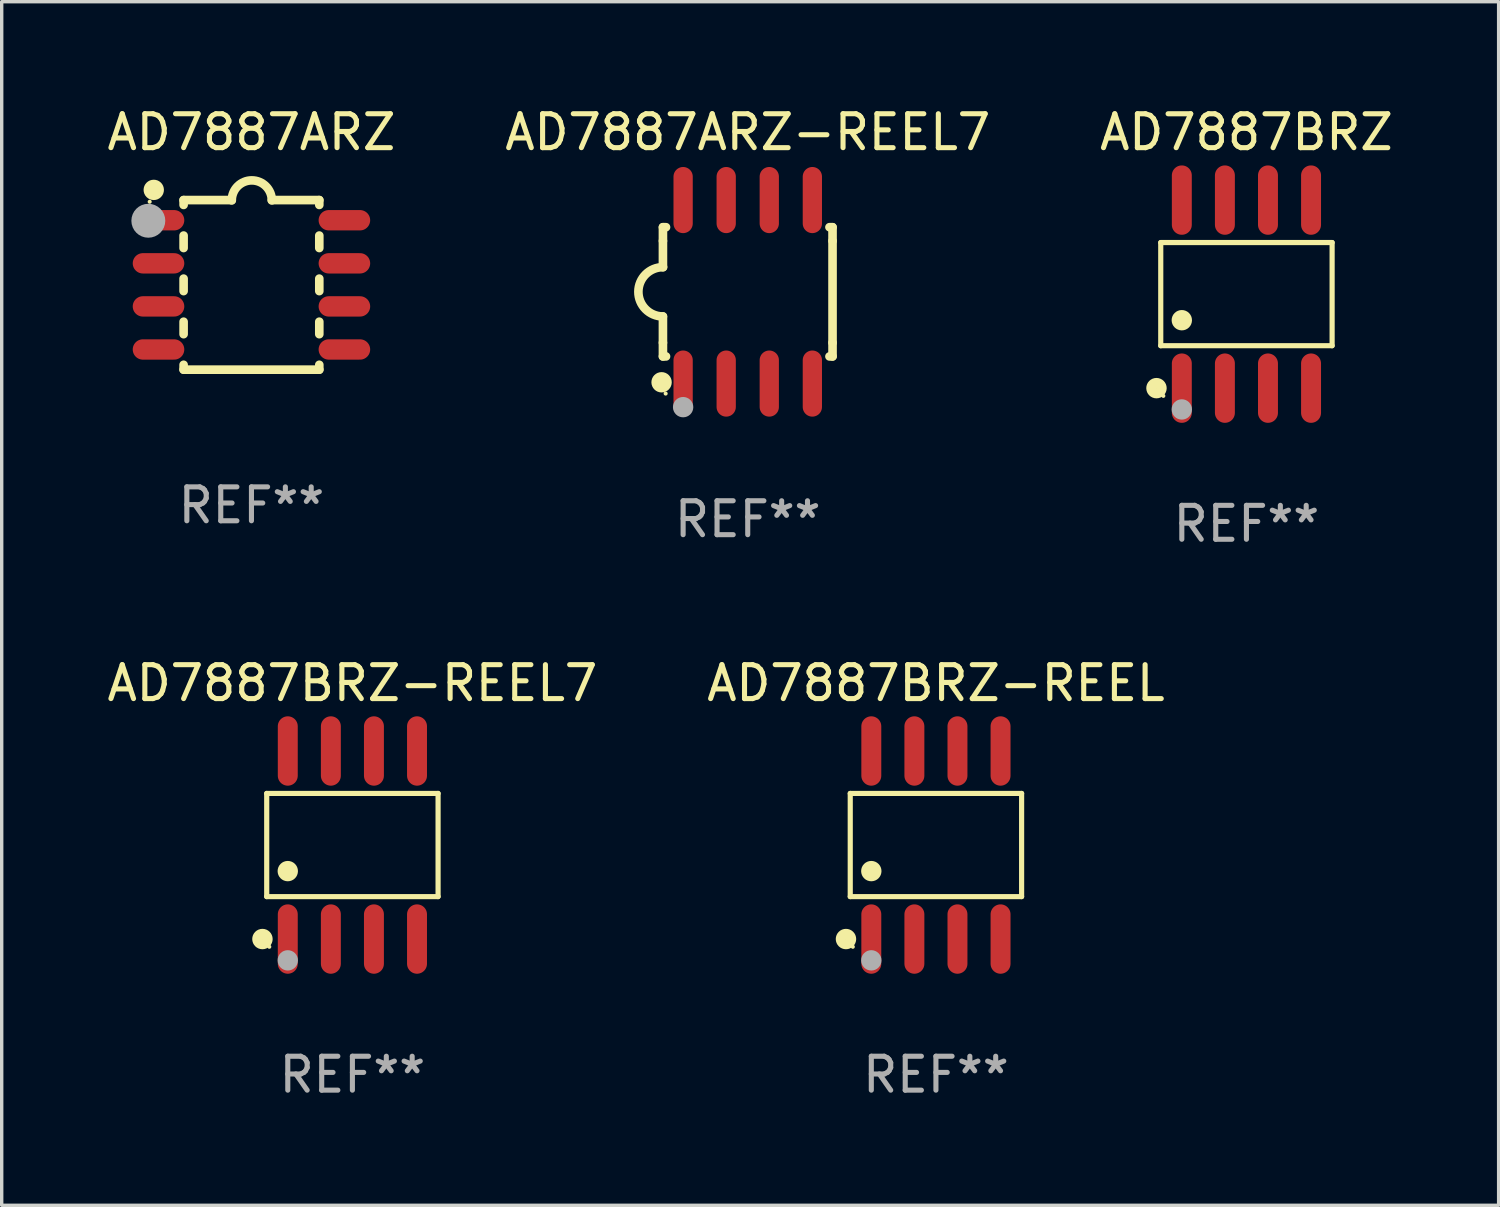
<source format=kicad_pcb>
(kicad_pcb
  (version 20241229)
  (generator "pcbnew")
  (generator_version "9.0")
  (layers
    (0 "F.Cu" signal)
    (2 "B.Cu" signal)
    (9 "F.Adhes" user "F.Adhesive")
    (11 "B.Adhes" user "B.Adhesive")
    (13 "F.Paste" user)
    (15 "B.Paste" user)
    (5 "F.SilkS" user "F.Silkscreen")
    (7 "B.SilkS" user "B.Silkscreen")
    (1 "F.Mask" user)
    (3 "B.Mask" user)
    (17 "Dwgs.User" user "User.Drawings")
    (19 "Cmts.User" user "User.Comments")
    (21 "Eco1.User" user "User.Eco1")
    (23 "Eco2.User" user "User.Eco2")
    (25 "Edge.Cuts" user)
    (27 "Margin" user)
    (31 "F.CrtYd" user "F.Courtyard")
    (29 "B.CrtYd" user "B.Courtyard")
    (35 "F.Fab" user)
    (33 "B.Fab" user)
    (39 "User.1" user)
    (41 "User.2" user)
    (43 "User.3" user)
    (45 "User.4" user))
  (footprint "AD7887BRZ-REEL"
    (layer "F.Cu")
    (at 24.542 21.862)
    (property "Reference" "AD7887BRZ-REEL" (at 0 -4.772 0) (layer "F.SilkS") (effects (font (size 1 1) (thickness 0.15))))
    (attr through_hole)
    (fp_line (start -2.526 -1.521) (end 2.526 -1.521) (stroke (width 0.152) (type solid)) (layer "F.SilkS"))
    (fp_line (start -2.526 1.521) (end -2.526 -1.521) (stroke (width 0.152) (type solid)) (layer "F.SilkS"))
    (fp_line (start 2.526 -1.521) (end 2.526 1.521) (stroke (width 0.152) (type solid)) (layer "F.SilkS"))
    (fp_line (start 2.526 1.521) (end -2.526 1.521) (stroke (width 0.152) (type solid)) (layer "F.SilkS"))
    (fp_circle (center -2.652 2.772) (end -2.501 2.772) (stroke (width 0.3) (type solid)) (fill no) (layer "F.SilkS"))
    (fp_circle (center -2.45 3) (end -2.42 3) (stroke (width 0.06) (type solid)) (fill no) (layer "F.SilkS"))
    (fp_circle (center -1.905 0.769) (end -1.755 0.769) (stroke (width 0.3) (type solid)) (fill no) (layer "F.SilkS"))
    (fp_circle (center -1.905 3.4) (end -1.755 3.4) (stroke (width 0.3) (type solid)) (fill no) (layer "F.Fab"))
    (fp_text user "REF**" (at 0 6.772 0) (layer "F.Fab") (effects (font (size 1 1) (thickness 0.15))))
    (pad "1" smd oval (at -1.905 2.772) (size 0.588 2.045) (layers "F.Cu" "F.Mask" "F.Paste"))
    (pad "2" smd oval (at -0.635 2.772) (size 0.588 2.045) (layers "F.Cu" "F.Mask" "F.Paste"))
    (pad "3" smd oval (at 0.635 2.772) (size 0.588 2.045) (layers "F.Cu" "F.Mask" "F.Paste"))
    (pad "4" smd oval (at 1.905 2.772) (size 0.588 2.045) (layers "F.Cu" "F.Mask" "F.Paste"))
    (pad "5" smd oval (at 1.905 -2.772) (size 0.588 2.045) (layers "F.Cu" "F.Mask" "F.Paste"))
    (pad "6" smd oval (at 0.635 -2.772) (size 0.588 2.045) (layers "F.Cu" "F.Mask" "F.Paste"))
    (pad "7" smd oval (at -0.635 -2.772) (size 0.588 2.045) (layers "F.Cu" "F.Mask" "F.Paste"))
    (pad "8" smd oval (at -1.905 -2.772) (size 0.588 2.045) (layers "F.Cu" "F.Mask" "F.Paste")))
  (footprint "AD7887ARZ"
    (layer "F.Cu")
    (at 4.363 5.348)
    (property "Reference" "AD7887ARZ" (at 0 -4.5 0) (layer "F.SilkS") (effects (font (size 1 1) (thickness 0.15))))
    (attr through_hole)
    (fp_line (start -2 -2.5) (end -2 -2.356) (stroke (width 0.254) (type solid)) (layer "F.SilkS"))
    (fp_line (start -2 -1.454) (end -2 -1.086) (stroke (width 0.254) (type solid)) (layer "F.SilkS"))
    (fp_line (start -2 -0.184) (end -2 0.184) (stroke (width 0.254) (type solid)) (layer "F.SilkS"))
    (fp_line (start -2 1.086) (end -2 1.454) (stroke (width 0.254) (type solid)) (layer "F.SilkS"))
    (fp_line (start -2 2.356) (end -2 2.5) (stroke (width 0.254) (type solid)) (layer "F.SilkS"))
    (fp_line (start -0.58 -2.5) (end -2 -2.5) (stroke (width 0.254) (type solid)) (layer "F.SilkS"))
    (fp_line (start 2 -2.5) (end 0.6 -2.5) (stroke (width 0.254) (type solid)) (layer "F.SilkS"))
    (fp_line (start 2 -2.5) (end 2 -2.356) (stroke (width 0.254) (type solid)) (layer "F.SilkS"))
    (fp_line (start 2 -1.454) (end 2 -1.086) (stroke (width 0.254) (type solid)) (layer "F.SilkS"))
    (fp_line (start 2 -0.184) (end 2 0.184) (stroke (width 0.254) (type solid)) (layer "F.SilkS"))
    (fp_line (start 2 1.086) (end 2 1.454) (stroke (width 0.254) (type solid)) (layer "F.SilkS"))
    (fp_line (start 2 2.356) (end 2 2.5) (stroke (width 0.254) (type solid)) (layer "F.SilkS"))
    (fp_line (start 2 2.5) (end -2 2.5) (stroke (width 0.254) (type solid)) (layer "F.SilkS"))
    (fp_arc (start -0.579908 -2.489992) (mid 0.010097 -3.07831) (end 0.600102 -2.489992) (stroke (width 0.254001) (type solid)) (layer "F.SilkS"))
    (fp_circle (center -3 -2.45) (end -2.97 -2.45) (stroke (width 0.06) (type solid)) (fill no) (layer "F.SilkS"))
    (fp_circle (center -2.88 -2.8) (end -2.73 -2.8) (stroke (width 0.3) (type solid)) (fill no) (layer "F.SilkS"))
    (fp_circle (center -3.04 -1.89) (end -2.79 -1.89) (stroke (width 0.5) (type solid)) (fill no) (layer "F.Fab"))
    (fp_text user "REF**" (at 0 6.5 0) (layer "F.Fab") (effects (font (size 1 1) (thickness 0.15))))
    (pad "1" smd oval (at -2.74 -1.905 90) (size 0.6 1.52) (layers "F.Cu" "F.Mask" "F.Paste"))
    (pad "2" smd oval (at -2.74 -0.635 90) (size 0.6 1.52) (layers "F.Cu" "F.Mask" "F.Paste"))
    (pad "3" smd oval (at -2.74 0.635 90) (size 0.6 1.52) (layers "F.Cu" "F.Mask" "F.Paste"))
    (pad "4" smd oval (at -2.74 1.905 90) (size 0.6 1.52) (layers "F.Cu" "F.Mask" "F.Paste"))
    (pad "5" smd oval (at 2.74 1.905 90) (size 0.6 1.52) (layers "F.Cu" "F.Mask" "F.Paste"))
    (pad "6" smd oval (at 2.74 0.635 90) (size 0.6 1.52) (layers "F.Cu" "F.Mask" "F.Paste"))
    (pad "7" smd oval (at 2.74 -0.635 90) (size 0.6 1.52) (layers "F.Cu" "F.Mask" "F.Paste"))
    (pad "8" smd oval (at 2.74 -1.905 90) (size 0.6 1.52) (layers "F.Cu" "F.Mask" "F.Paste")))
  (footprint "AD7887BRZ-REEL7"
    (layer "F.Cu")
    (at 7.339 21.862)
    (property "Reference" "AD7887BRZ-REEL7" (at 0 -4.772 0) (layer "F.SilkS") (effects (font (size 1 1) (thickness 0.15))))
    (attr through_hole)
    (fp_line (start -2.526 -1.521) (end 2.526 -1.521) (stroke (width 0.152) (type solid)) (layer "F.SilkS"))
    (fp_line (start -2.526 1.521) (end -2.526 -1.521) (stroke (width 0.152) (type solid)) (layer "F.SilkS"))
    (fp_line (start 2.526 -1.521) (end 2.526 1.521) (stroke (width 0.152) (type solid)) (layer "F.SilkS"))
    (fp_line (start 2.526 1.521) (end -2.526 1.521) (stroke (width 0.152) (type solid)) (layer "F.SilkS"))
    (fp_circle (center -2.652 2.772) (end -2.501 2.772) (stroke (width 0.3) (type solid)) (fill no) (layer "F.SilkS"))
    (fp_circle (center -2.45 3) (end -2.42 3) (stroke (width 0.06) (type solid)) (fill no) (layer "F.SilkS"))
    (fp_circle (center -1.905 0.769) (end -1.755 0.769) (stroke (width 0.3) (type solid)) (fill no) (layer "F.SilkS"))
    (fp_circle (center -1.905 3.4) (end -1.755 3.4) (stroke (width 0.3) (type solid)) (fill no) (layer "F.Fab"))
    (fp_text user "REF**" (at 0 6.772 0) (layer "F.Fab") (effects (font (size 1 1) (thickness 0.15))))
    (pad "1" smd oval (at -1.905 2.772) (size 0.588 2.045) (layers "F.Cu" "F.Mask" "F.Paste"))
    (pad "2" smd oval (at -0.635 2.772) (size 0.588 2.045) (layers "F.Cu" "F.Mask" "F.Paste"))
    (pad "3" smd oval (at 0.635 2.772) (size 0.588 2.045) (layers "F.Cu" "F.Mask" "F.Paste"))
    (pad "4" smd oval (at 1.905 2.772) (size 0.588 2.045) (layers "F.Cu" "F.Mask" "F.Paste"))
    (pad "5" smd oval (at 1.905 -2.772) (size 0.588 2.045) (layers "F.Cu" "F.Mask" "F.Paste"))
    (pad "6" smd oval (at 0.635 -2.772) (size 0.588 2.045) (layers "F.Cu" "F.Mask" "F.Paste"))
    (pad "7" smd oval (at -0.635 -2.772) (size 0.588 2.045) (layers "F.Cu" "F.Mask" "F.Paste"))
    (pad "8" smd oval (at -1.905 -2.772) (size 0.588 2.045) (layers "F.Cu" "F.Mask" "F.Paste")))
  (footprint "AD7887ARZ-REEL7"
    (layer "F.Cu")
    (at 18.994 5.553)
    (property "Reference" "AD7887ARZ-REEL7" (at 0 -4.705 0) (layer "F.SilkS") (effects (font (size 1 1) (thickness 0.15))))
    (attr through_hole)
    (fp_line (start -2.5 -1.905) (end -2.409 -1.905) (stroke (width 0.254) (type solid)) (layer "F.SilkS"))
    (fp_line (start -2.5 -1.5) (end -2.5 -1.905) (stroke (width 0.254) (type solid)) (layer "F.SilkS"))
    (fp_line (start -2.5 -1.5) (end -2.5 -0.726) (stroke (width 0.254) (type solid)) (layer "F.SilkS"))
    (fp_line (start -2.5 1.5) (end -2.5 0.727) (stroke (width 0.254) (type solid)) (layer "F.SilkS"))
    (fp_line (start -2.5 1.5) (end -2.5 1.905) (stroke (width 0.254) (type solid)) (layer "F.SilkS"))
    (fp_line (start -2.5 1.905) (end -2.409 1.905) (stroke (width 0.254) (type solid)) (layer "F.SilkS"))
    (fp_line (start 2.5 -1.905) (end 2.409 -1.905) (stroke (width 0.254) (type solid)) (layer "F.SilkS"))
    (fp_line (start 2.5 -1.5) (end 2.5 -1.905) (stroke (width 0.254) (type solid)) (layer "F.SilkS"))
    (fp_line (start 2.5 -1.5) (end 2.5 1.5) (stroke (width 0.254) (type solid)) (layer "F.SilkS"))
    (fp_line (start 2.5 1.5) (end 2.5 1.905) (stroke (width 0.254) (type solid)) (layer "F.SilkS"))
    (fp_line (start 2.5 1.905) (end 2.409 1.905) (stroke (width 0.254) (type solid)) (layer "F.SilkS"))
    (fp_arc (start -2.5 0.726568) (mid -3.220316 -0.0023) (end -2.495097 -0.726289) (stroke (width 0.254001) (type solid)) (layer "F.SilkS"))
    (fp_circle (center -2.54 2.667) (end -2.39 2.667) (stroke (width 0.3) (type solid)) (fill no) (layer "F.SilkS"))
    (fp_circle (center -2.42 3) (end -2.39 3) (stroke (width 0.06) (type solid)) (fill no) (layer "F.SilkS"))
    (fp_circle (center -1.905 3.4) (end -1.755 3.4) (stroke (width 0.3) (type solid)) (fill no) (layer "F.Fab"))
    (fp_text user "REF**" (at 0 6.705 0) (layer "F.Fab") (effects (font (size 1 1) (thickness 0.15))))
    (pad "1" smd oval (at -1.905 2.705) (size 0.568 1.95) (layers "F.Cu" "F.Mask" "F.Paste"))
    (pad "2" smd oval (at -0.635 2.705) (size 0.568 1.95) (layers "F.Cu" "F.Mask" "F.Paste"))
    (pad "3" smd oval (at 0.635 2.705) (size 0.568 1.95) (layers "F.Cu" "F.Mask" "F.Paste"))
    (pad "4" smd oval (at 1.905 2.705) (size 0.568 1.95) (layers "F.Cu" "F.Mask" "F.Paste"))
    (pad "5" smd oval (at 1.905 -2.705) (size 0.568 1.95) (layers "F.Cu" "F.Mask" "F.Paste"))
    (pad "6" smd oval (at 0.635 -2.705) (size 0.568 1.95) (layers "F.Cu" "F.Mask" "F.Paste"))
    (pad "7" smd oval (at -0.635 -2.705) (size 0.568 1.95) (layers "F.Cu" "F.Mask" "F.Paste"))
    (pad "8" smd oval (at -1.905 -2.705) (size 0.568 1.95) (layers "F.Cu" "F.Mask" "F.Paste")))
  (footprint "AD7887BRZ"
    (layer "F.Cu")
    (at 33.696 5.621)
    (property "Reference" "AD7887BRZ" (at 0 -4.772 0) (layer "F.SilkS") (effects (font (size 1 1) (thickness 0.15))))
    (attr through_hole)
    (fp_line (start -2.526 -1.521) (end 2.526 -1.521) (stroke (width 0.152) (type solid)) (layer "F.SilkS"))
    (fp_line (start -2.526 1.521) (end -2.526 -1.521) (stroke (width 0.152) (type solid)) (layer "F.SilkS"))
    (fp_line (start 2.526 -1.521) (end 2.526 1.521) (stroke (width 0.152) (type solid)) (layer "F.SilkS"))
    (fp_line (start 2.526 1.521) (end -2.526 1.521) (stroke (width 0.152) (type solid)) (layer "F.SilkS"))
    (fp_circle (center -2.652 2.772) (end -2.501 2.772) (stroke (width 0.3) (type solid)) (fill no) (layer "F.SilkS"))
    (fp_circle (center -2.45 3) (end -2.42 3) (stroke (width 0.06) (type solid)) (fill no) (layer "F.SilkS"))
    (fp_circle (center -1.905 0.769) (end -1.755 0.769) (stroke (width 0.3) (type solid)) (fill no) (layer "F.SilkS"))
    (fp_circle (center -1.905 3.4) (end -1.755 3.4) (stroke (width 0.3) (type solid)) (fill no) (layer "F.Fab"))
    (fp_text user "REF**" (at 0 6.772 0) (layer "F.Fab") (effects (font (size 1 1) (thickness 0.15))))
    (pad "1" smd oval (at -1.905 2.772) (size 0.588 2.045) (layers "F.Cu" "F.Mask" "F.Paste"))
    (pad "2" smd oval (at -0.635 2.772) (size 0.588 2.045) (layers "F.Cu" "F.Mask" "F.Paste"))
    (pad "3" smd oval (at 0.635 2.772) (size 0.588 2.045) (layers "F.Cu" "F.Mask" "F.Paste"))
    (pad "4" smd oval (at 1.905 2.772) (size 0.588 2.045) (layers "F.Cu" "F.Mask" "F.Paste"))
    (pad "5" smd oval (at 1.905 -2.772) (size 0.588 2.045) (layers "F.Cu" "F.Mask" "F.Paste"))
    (pad "6" smd oval (at 0.635 -2.772) (size 0.588 2.045) (layers "F.Cu" "F.Mask" "F.Paste"))
    (pad "7" smd oval (at -0.635 -2.772) (size 0.588 2.045) (layers "F.Cu" "F.Mask" "F.Paste"))
    (pad "8" smd oval (at -1.905 -2.772) (size 0.588 2.045) (layers "F.Cu" "F.Mask" "F.Paste")))
  (gr_rect
    (start -3 -3)
    (end 41.131 32.483)
    (stroke (width 0.1) (type default))
    (fill no)
    (layer "Edge.Cuts")))
</source>
